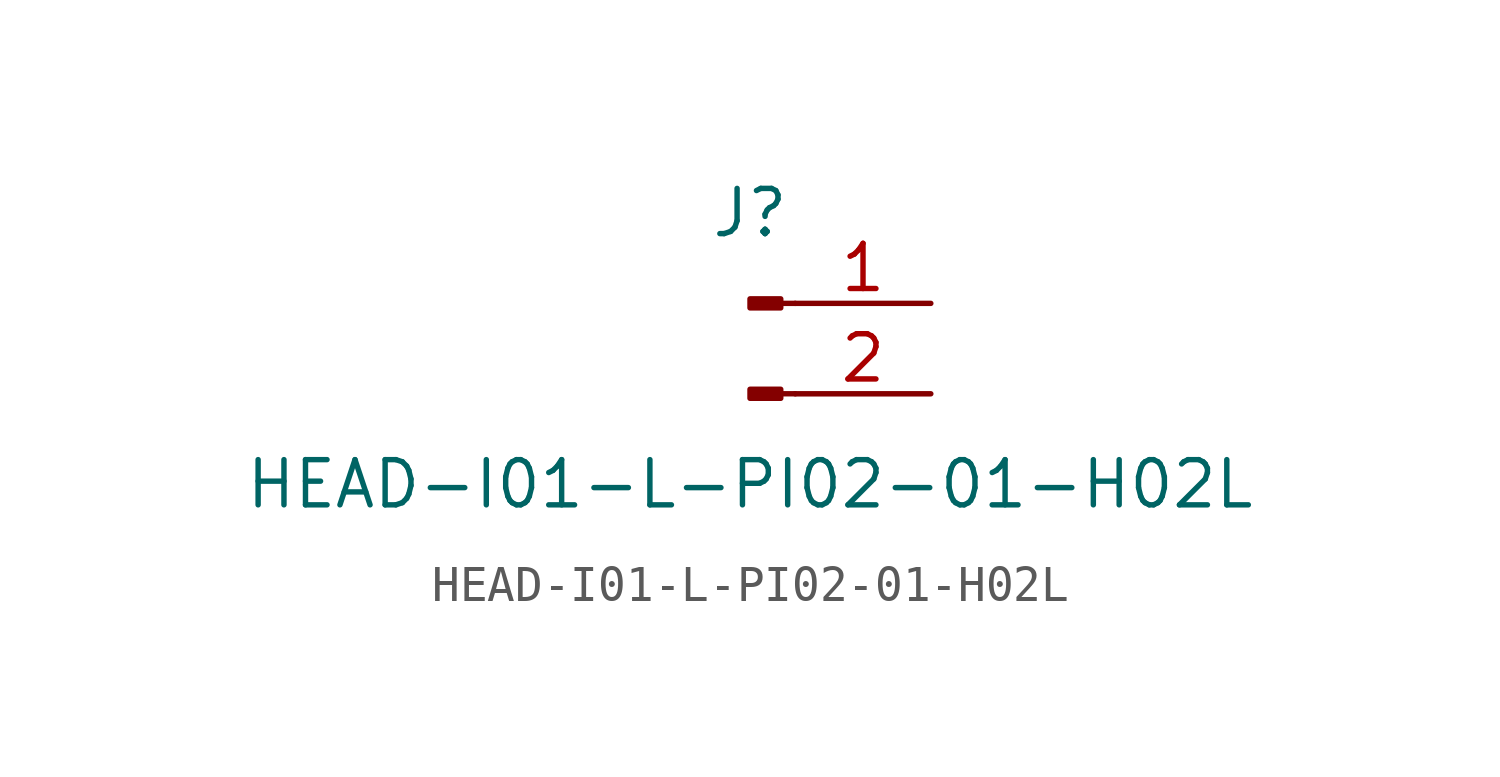
<source format=kicad_sym>
(kicad_symbol_lib
  (version 20211014)
  (generator kicad_symbol_editor)
  (symbol "HEAD-I01-L-PI02-01-H02L"
    (pin_names
      (offset 1.016) hide)
    (property "Reference" "J"
      (at 0 2.54 0)
      (effects (font (size 1.27 1.27))))
    (property "Value" "HEAD-I01-L-PI02-01-H02L"
      (at 0 -5.08 0)
      (effects (font (size 1.27 1.27))))
    (symbol "HEAD-I01-L-PI02-01-H02L_1_1"
      (polyline (pts (xy 1.27 -2.54) (xy 0.864 -2.54)) (stroke (width 0.152) (type default) (color 0 0 0 0)) (fill (type none)))
      (polyline (pts (xy 1.27 0) (xy 0.864 0)) (stroke (width 0.152) (type default) (color 0 0 0 0)) (fill (type none)))
      (rectangle (start 0.864 -2.413) (end 0 -2.667) (stroke (width 0.152) (type default) (color 0 0 0 0)) (fill (type outline)))
      (rectangle (start 0.864 0.127) (end 0 -0.127) (stroke (width 0.152) (type default) (color 0 0 0 0)) (fill (type outline)))
      (pin passive line (at 5.08 0 180) (length 3.81) (name "Pin_1" (effects (font (size 1.27 1.27)))) (number "1" (effects (font (size 1.27 1.27)))))
      (pin passive line (at 5.08 -2.54 180) (length 3.81) (name "Pin_2" (effects (font (size 1.27 1.27)))) (number "2" (effects (font (size 1.27 1.27))))))))
</source>
